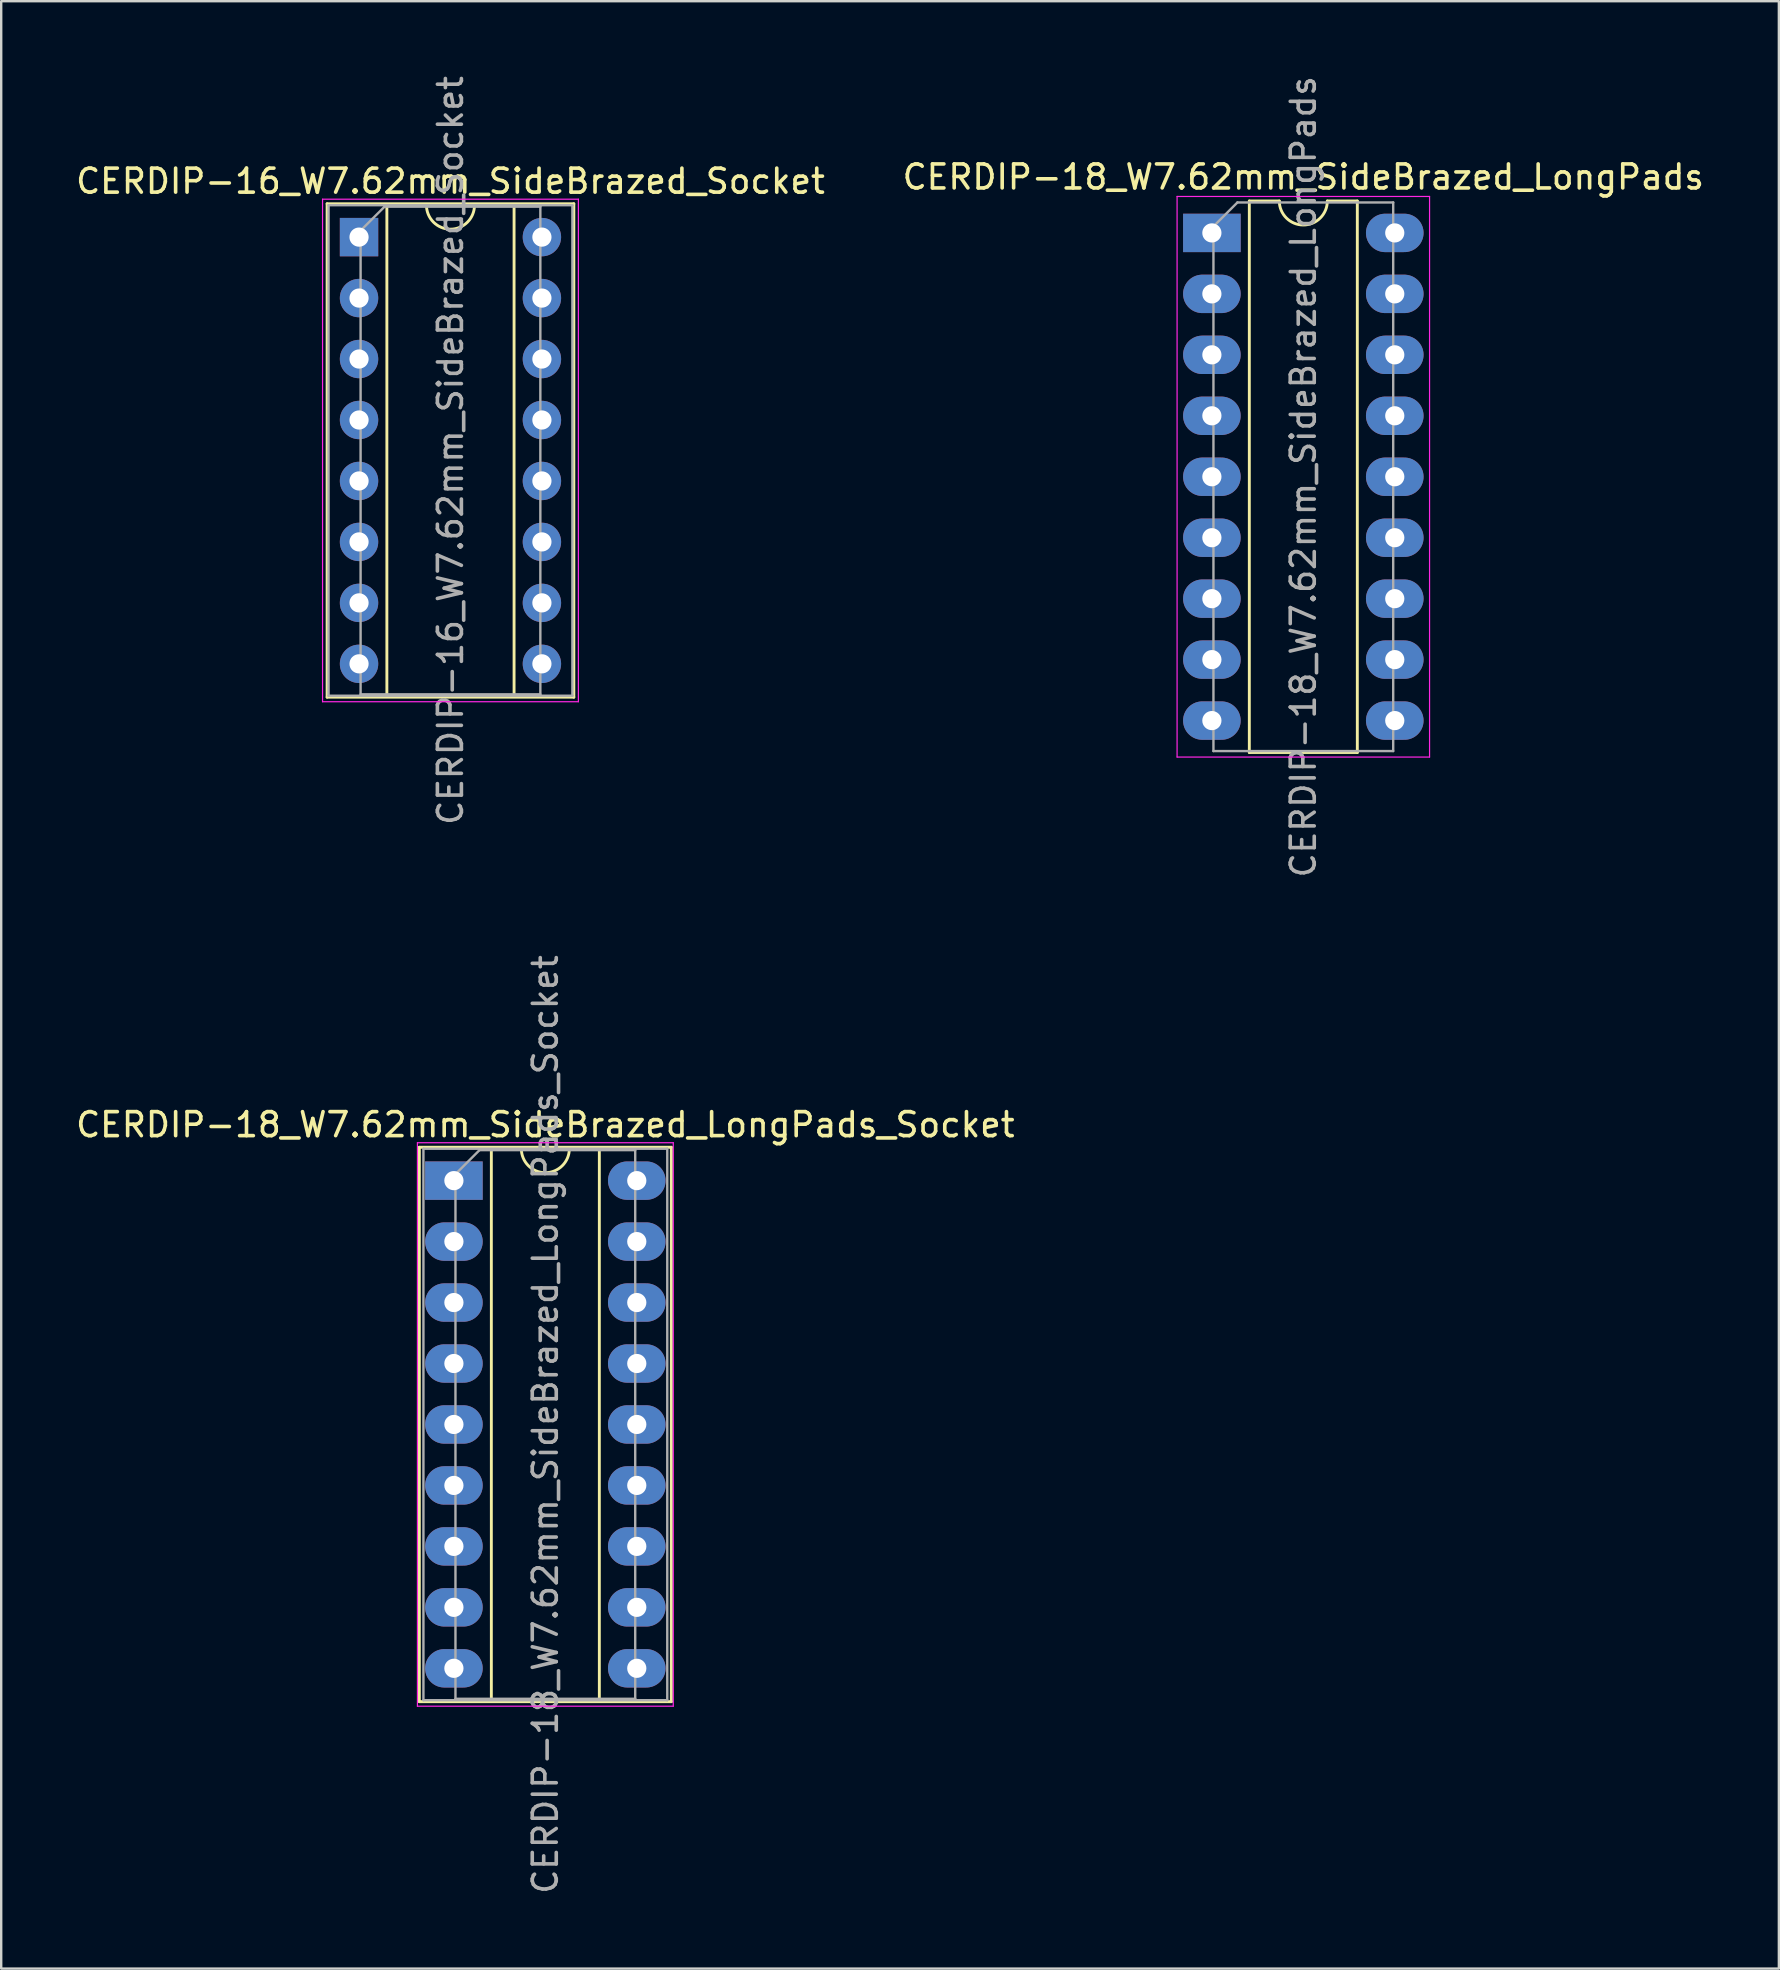
<source format=kicad_pcb>
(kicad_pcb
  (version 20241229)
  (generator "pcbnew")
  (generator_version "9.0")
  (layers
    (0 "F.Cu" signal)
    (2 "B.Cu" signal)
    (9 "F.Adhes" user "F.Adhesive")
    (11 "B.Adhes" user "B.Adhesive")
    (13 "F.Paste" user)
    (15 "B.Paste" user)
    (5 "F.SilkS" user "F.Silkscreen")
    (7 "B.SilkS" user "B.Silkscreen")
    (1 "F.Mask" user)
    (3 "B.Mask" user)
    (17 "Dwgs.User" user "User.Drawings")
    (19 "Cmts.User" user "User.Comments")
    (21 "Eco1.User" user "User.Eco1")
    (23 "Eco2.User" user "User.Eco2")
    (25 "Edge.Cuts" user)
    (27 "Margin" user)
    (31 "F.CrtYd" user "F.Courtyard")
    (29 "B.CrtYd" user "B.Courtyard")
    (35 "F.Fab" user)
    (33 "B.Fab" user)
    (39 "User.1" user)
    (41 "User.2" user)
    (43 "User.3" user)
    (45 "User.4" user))
  (footprint "CERDIP-18_W7.62mm_SideBrazed_LongPads"
    (layer "F.Cu")
    (at 47.446 6.655)
    (property "Reference" "CERDIP-18_W7.62mm_SideBrazed_LongPads" (at 3.81 -2.33 0) (layer "F.SilkS") (effects (font (size 1 1) (thickness 0.15))))
    (attr through_hole)
    (fp_line (start 1.56 -1.33) (end 1.56 21.65) (stroke (width 0.12) (type solid)) (layer "F.SilkS"))
    (fp_line (start 1.56 21.65) (end 6.06 21.65) (stroke (width 0.12) (type solid)) (layer "F.SilkS"))
    (fp_line (start 2.81 -1.33) (end 1.56 -1.33) (stroke (width 0.12) (type solid)) (layer "F.SilkS"))
    (fp_line (start 6.06 -1.33) (end 4.81 -1.33) (stroke (width 0.12) (type solid)) (layer "F.SilkS"))
    (fp_line (start 6.06 21.65) (end 6.06 -1.33) (stroke (width 0.12) (type solid)) (layer "F.SilkS"))
    (fp_arc (start 4.81 -1.33) (mid 3.81 -0.33) (end 2.81 -1.33) (stroke (width 0.12) (type solid)) (layer "F.SilkS"))
    (fp_line (start -1.45 -1.52) (end -1.45 21.84) (stroke (width 0.05) (type solid)) (layer "F.CrtYd"))
    (fp_line (start -1.45 21.84) (end 9.07 21.84) (stroke (width 0.05) (type solid)) (layer "F.CrtYd"))
    (fp_line (start 9.07 -1.52) (end -1.45 -1.52) (stroke (width 0.05) (type solid)) (layer "F.CrtYd"))
    (fp_line (start 9.07 21.84) (end 9.07 -1.52) (stroke (width 0.05) (type solid)) (layer "F.CrtYd"))
    (fp_line (start 0.065 -0.27) (end 1.065 -1.27) (stroke (width 0.1) (type solid)) (layer "F.Fab"))
    (fp_line (start 0.065 21.59) (end 0.065 -0.27) (stroke (width 0.1) (type solid)) (layer "F.Fab"))
    (fp_line (start 1.065 -1.27) (end 7.555 -1.27) (stroke (width 0.1) (type solid)) (layer "F.Fab"))
    (fp_line (start 7.555 -1.27) (end 7.555 21.59) (stroke (width 0.1) (type solid)) (layer "F.Fab"))
    (fp_line (start 7.555 21.59) (end 0.065 21.59) (stroke (width 0.1) (type solid)) (layer "F.Fab"))
    (fp_text user "${REFERENCE}" (at 3.81 10.16 90) (layer "F.Fab") (effects (font (size 1 1) (thickness 0.15))))
    (pad "1" thru_hole rect (at 0 0) (size 2.4 1.6) (drill 0.8) (layers "*.Cu" "*.Mask"))
    (pad "2" thru_hole oval (at 0 2.54) (size 2.4 1.6) (drill 0.8) (layers "*.Cu" "*.Mask"))
    (pad "3" thru_hole oval (at 0 5.08) (size 2.4 1.6) (drill 0.8) (layers "*.Cu" "*.Mask"))
    (pad "4" thru_hole oval (at 0 7.62) (size 2.4 1.6) (drill 0.8) (layers "*.Cu" "*.Mask"))
    (pad "5" thru_hole oval (at 0 10.16) (size 2.4 1.6) (drill 0.8) (layers "*.Cu" "*.Mask"))
    (pad "6" thru_hole oval (at 0 12.7) (size 2.4 1.6) (drill 0.8) (layers "*.Cu" "*.Mask"))
    (pad "7" thru_hole oval (at 0 15.24) (size 2.4 1.6) (drill 0.8) (layers "*.Cu" "*.Mask"))
    (pad "8" thru_hole oval (at 0 17.78) (size 2.4 1.6) (drill 0.8) (layers "*.Cu" "*.Mask"))
    (pad "9" thru_hole oval (at 0 20.32) (size 2.4 1.6) (drill 0.8) (layers "*.Cu" "*.Mask"))
    (pad "10" thru_hole oval (at 7.62 20.32) (size 2.4 1.6) (drill 0.8) (layers "*.Cu" "*.Mask"))
    (pad "11" thru_hole oval (at 7.62 17.78) (size 2.4 1.6) (drill 0.8) (layers "*.Cu" "*.Mask"))
    (pad "12" thru_hole oval (at 7.62 15.24) (size 2.4 1.6) (drill 0.8) (layers "*.Cu" "*.Mask"))
    (pad "13" thru_hole oval (at 7.62 12.7) (size 2.4 1.6) (drill 0.8) (layers "*.Cu" "*.Mask"))
    (pad "14" thru_hole oval (at 7.62 10.16) (size 2.4 1.6) (drill 0.8) (layers "*.Cu" "*.Mask"))
    (pad "15" thru_hole oval (at 7.62 7.62) (size 2.4 1.6) (drill 0.8) (layers "*.Cu" "*.Mask"))
    (pad "16" thru_hole oval (at 7.62 5.08) (size 2.4 1.6) (drill 0.8) (layers "*.Cu" "*.Mask"))
    (pad "17" thru_hole oval (at 7.62 2.54) (size 2.4 1.6) (drill 0.8) (layers "*.Cu" "*.Mask"))
    (pad "18" thru_hole oval (at 7.62 0) (size 2.4 1.6) (drill 0.8) (layers "*.Cu" "*.Mask")))
  (footprint "CERDIP-18_W7.62mm_SideBrazed_LongPads_Socket"
    (layer "F.Cu")
    (at 15.863 46.144)
    (property "Reference" "CERDIP-18_W7.62mm_SideBrazed_LongPads_Socket" (at 3.81 -2.33 0) (layer "F.SilkS") (effects (font (size 1 1) (thickness 0.15))))
    (attr through_hole)
    (fp_line (start -1.44 -1.39) (end -1.44 21.71) (stroke (width 0.12) (type solid)) (layer "F.SilkS"))
    (fp_line (start -1.44 21.71) (end 9.06 21.71) (stroke (width 0.12) (type solid)) (layer "F.SilkS"))
    (fp_line (start 1.56 -1.33) (end 1.56 21.65) (stroke (width 0.12) (type solid)) (layer "F.SilkS"))
    (fp_line (start 1.56 21.65) (end 6.06 21.65) (stroke (width 0.12) (type solid)) (layer "F.SilkS"))
    (fp_line (start 2.81 -1.33) (end 1.56 -1.33) (stroke (width 0.12) (type solid)) (layer "F.SilkS"))
    (fp_line (start 6.06 -1.33) (end 4.81 -1.33) (stroke (width 0.12) (type solid)) (layer "F.SilkS"))
    (fp_line (start 6.06 21.65) (end 6.06 -1.33) (stroke (width 0.12) (type solid)) (layer "F.SilkS"))
    (fp_line (start 9.06 -1.39) (end -1.44 -1.39) (stroke (width 0.12) (type solid)) (layer "F.SilkS"))
    (fp_line (start 9.06 21.71) (end 9.06 -1.39) (stroke (width 0.12) (type solid)) (layer "F.SilkS"))
    (fp_arc (start 4.81 -1.33) (mid 3.81 -0.33) (end 2.81 -1.33) (stroke (width 0.12) (type solid)) (layer "F.SilkS"))
    (fp_line (start -1.52 -1.58) (end -1.52 21.9) (stroke (width 0.05) (type solid)) (layer "F.CrtYd"))
    (fp_line (start -1.52 21.9) (end 9.14 21.9) (stroke (width 0.05) (type solid)) (layer "F.CrtYd"))
    (fp_line (start 9.14 -1.58) (end -1.52 -1.58) (stroke (width 0.05) (type solid)) (layer "F.CrtYd"))
    (fp_line (start 9.14 21.9) (end 9.14 -1.58) (stroke (width 0.05) (type solid)) (layer "F.CrtYd"))
    (fp_line (start -1.27 -1.33) (end -1.27 21.65) (stroke (width 0.1) (type solid)) (layer "F.Fab"))
    (fp_line (start -1.27 21.65) (end 8.89 21.65) (stroke (width 0.1) (type solid)) (layer "F.Fab"))
    (fp_line (start 0.065 -0.27) (end 1.065 -1.27) (stroke (width 0.1) (type solid)) (layer "F.Fab"))
    (fp_line (start 0.065 21.59) (end 0.065 -0.27) (stroke (width 0.1) (type solid)) (layer "F.Fab"))
    (fp_line (start 1.065 -1.27) (end 7.555 -1.27) (stroke (width 0.1) (type solid)) (layer "F.Fab"))
    (fp_line (start 7.555 -1.27) (end 7.555 21.59) (stroke (width 0.1) (type solid)) (layer "F.Fab"))
    (fp_line (start 7.555 21.59) (end 0.065 21.59) (stroke (width 0.1) (type solid)) (layer "F.Fab"))
    (fp_line (start 8.89 -1.33) (end -1.27 -1.33) (stroke (width 0.1) (type solid)) (layer "F.Fab"))
    (fp_line (start 8.89 21.65) (end 8.89 -1.33) (stroke (width 0.1) (type solid)) (layer "F.Fab"))
    (fp_text user "${REFERENCE}" (at 3.81 10.16 90) (layer "F.Fab") (effects (font (size 1 1) (thickness 0.15))))
    (pad "1" thru_hole rect (at 0 0) (size 2.4 1.6) (drill 0.8) (layers "*.Cu" "*.Mask"))
    (pad "2" thru_hole oval (at 0 2.54) (size 2.4 1.6) (drill 0.8) (layers "*.Cu" "*.Mask"))
    (pad "3" thru_hole oval (at 0 5.08) (size 2.4 1.6) (drill 0.8) (layers "*.Cu" "*.Mask"))
    (pad "4" thru_hole oval (at 0 7.62) (size 2.4 1.6) (drill 0.8) (layers "*.Cu" "*.Mask"))
    (pad "5" thru_hole oval (at 0 10.16) (size 2.4 1.6) (drill 0.8) (layers "*.Cu" "*.Mask"))
    (pad "6" thru_hole oval (at 0 12.7) (size 2.4 1.6) (drill 0.8) (layers "*.Cu" "*.Mask"))
    (pad "7" thru_hole oval (at 0 15.24) (size 2.4 1.6) (drill 0.8) (layers "*.Cu" "*.Mask"))
    (pad "8" thru_hole oval (at 0 17.78) (size 2.4 1.6) (drill 0.8) (layers "*.Cu" "*.Mask"))
    (pad "9" thru_hole oval (at 0 20.32) (size 2.4 1.6) (drill 0.8) (layers "*.Cu" "*.Mask"))
    (pad "10" thru_hole oval (at 7.62 20.32) (size 2.4 1.6) (drill 0.8) (layers "*.Cu" "*.Mask"))
    (pad "11" thru_hole oval (at 7.62 17.78) (size 2.4 1.6) (drill 0.8) (layers "*.Cu" "*.Mask"))
    (pad "12" thru_hole oval (at 7.62 15.24) (size 2.4 1.6) (drill 0.8) (layers "*.Cu" "*.Mask"))
    (pad "13" thru_hole oval (at 7.62 12.7) (size 2.4 1.6) (drill 0.8) (layers "*.Cu" "*.Mask"))
    (pad "14" thru_hole oval (at 7.62 10.16) (size 2.4 1.6) (drill 0.8) (layers "*.Cu" "*.Mask"))
    (pad "15" thru_hole oval (at 7.62 7.62) (size 2.4 1.6) (drill 0.8) (layers "*.Cu" "*.Mask"))
    (pad "16" thru_hole oval (at 7.62 5.08) (size 2.4 1.6) (drill 0.8) (layers "*.Cu" "*.Mask"))
    (pad "17" thru_hole oval (at 7.62 2.54) (size 2.4 1.6) (drill 0.8) (layers "*.Cu" "*.Mask"))
    (pad "18" thru_hole oval (at 7.62 0) (size 2.4 1.6) (drill 0.8) (layers "*.Cu" "*.Mask")))
  (footprint "CERDIP-16_W7.62mm_SideBrazed_Socket"
    (layer "F.Cu")
    (at 11.91 6.83)
    (property "Reference" "CERDIP-16_W7.62mm_SideBrazed_Socket" (at 3.81 -2.33 0) (layer "F.SilkS") (effects (font (size 1 1) (thickness 0.15))))
    (attr through_hole)
    (fp_line (start -1.33 -1.39) (end -1.33 19.17) (stroke (width 0.12) (type solid)) (layer "F.SilkS"))
    (fp_line (start -1.33 19.17) (end 8.95 19.17) (stroke (width 0.12) (type solid)) (layer "F.SilkS"))
    (fp_line (start 1.16 -1.33) (end 1.16 19.11) (stroke (width 0.12) (type solid)) (layer "F.SilkS"))
    (fp_line (start 1.16 19.11) (end 6.46 19.11) (stroke (width 0.12) (type solid)) (layer "F.SilkS"))
    (fp_line (start 2.81 -1.33) (end 1.16 -1.33) (stroke (width 0.12) (type solid)) (layer "F.SilkS"))
    (fp_line (start 6.46 -1.33) (end 4.81 -1.33) (stroke (width 0.12) (type solid)) (layer "F.SilkS"))
    (fp_line (start 6.46 19.11) (end 6.46 -1.33) (stroke (width 0.12) (type solid)) (layer "F.SilkS"))
    (fp_line (start 8.95 -1.39) (end -1.33 -1.39) (stroke (width 0.12) (type solid)) (layer "F.SilkS"))
    (fp_line (start 8.95 19.17) (end 8.95 -1.39) (stroke (width 0.12) (type solid)) (layer "F.SilkS"))
    (fp_arc (start 4.81 -1.33) (mid 3.81 -0.33) (end 2.81 -1.33) (stroke (width 0.12) (type solid)) (layer "F.SilkS"))
    (fp_line (start -1.52 -1.58) (end -1.52 19.36) (stroke (width 0.05) (type solid)) (layer "F.CrtYd"))
    (fp_line (start -1.52 19.36) (end 9.14 19.36) (stroke (width 0.05) (type solid)) (layer "F.CrtYd"))
    (fp_line (start 9.14 -1.58) (end -1.52 -1.58) (stroke (width 0.05) (type solid)) (layer "F.CrtYd"))
    (fp_line (start 9.14 19.36) (end 9.14 -1.58) (stroke (width 0.05) (type solid)) (layer "F.CrtYd"))
    (fp_line (start -1.27 -1.33) (end -1.27 19.11) (stroke (width 0.1) (type solid)) (layer "F.Fab"))
    (fp_line (start -1.27 19.11) (end 8.89 19.11) (stroke (width 0.1) (type solid)) (layer "F.Fab"))
    (fp_line (start 0.065 -0.27) (end 1.065 -1.27) (stroke (width 0.1) (type solid)) (layer "F.Fab"))
    (fp_line (start 0.065 19.05) (end 0.065 -0.27) (stroke (width 0.1) (type solid)) (layer "F.Fab"))
    (fp_line (start 1.065 -1.27) (end 7.555 -1.27) (stroke (width 0.1) (type solid)) (layer "F.Fab"))
    (fp_line (start 7.555 -1.27) (end 7.555 19.05) (stroke (width 0.1) (type solid)) (layer "F.Fab"))
    (fp_line (start 7.555 19.05) (end 0.065 19.05) (stroke (width 0.1) (type solid)) (layer "F.Fab"))
    (fp_line (start 8.89 -1.33) (end -1.27 -1.33) (stroke (width 0.1) (type solid)) (layer "F.Fab"))
    (fp_line (start 8.89 19.11) (end 8.89 -1.33) (stroke (width 0.1) (type solid)) (layer "F.Fab"))
    (fp_text user "${REFERENCE}" (at 3.81 8.89 90) (layer "F.Fab") (effects (font (size 1 1) (thickness 0.15))))
    (pad "1" thru_hole rect (at 0 0) (size 1.6 1.6) (drill 0.8) (layers "*.Cu" "*.Mask"))
    (pad "2" thru_hole circle (at 0 2.54) (size 1.6 1.6) (drill 0.8) (layers "*.Cu" "*.Mask"))
    (pad "3" thru_hole circle (at 0 5.08) (size 1.6 1.6) (drill 0.8) (layers "*.Cu" "*.Mask"))
    (pad "4" thru_hole circle (at 0 7.62) (size 1.6 1.6) (drill 0.8) (layers "*.Cu" "*.Mask"))
    (pad "5" thru_hole circle (at 0 10.16) (size 1.6 1.6) (drill 0.8) (layers "*.Cu" "*.Mask"))
    (pad "6" thru_hole circle (at 0 12.7) (size 1.6 1.6) (drill 0.8) (layers "*.Cu" "*.Mask"))
    (pad "7" thru_hole circle (at 0 15.24) (size 1.6 1.6) (drill 0.8) (layers "*.Cu" "*.Mask"))
    (pad "8" thru_hole circle (at 0 17.78) (size 1.6 1.6) (drill 0.8) (layers "*.Cu" "*.Mask"))
    (pad "9" thru_hole circle (at 7.62 17.78) (size 1.6 1.6) (drill 0.8) (layers "*.Cu" "*.Mask"))
    (pad "10" thru_hole circle (at 7.62 15.24) (size 1.6 1.6) (drill 0.8) (layers "*.Cu" "*.Mask"))
    (pad "11" thru_hole circle (at 7.62 12.7) (size 1.6 1.6) (drill 0.8) (layers "*.Cu" "*.Mask"))
    (pad "12" thru_hole circle (at 7.62 10.16) (size 1.6 1.6) (drill 0.8) (layers "*.Cu" "*.Mask"))
    (pad "13" thru_hole circle (at 7.62 7.62) (size 1.6 1.6) (drill 0.8) (layers "*.Cu" "*.Mask"))
    (pad "14" thru_hole circle (at 7.62 5.08) (size 1.6 1.6) (drill 0.8) (layers "*.Cu" "*.Mask"))
    (pad "15" thru_hole circle (at 7.62 2.54) (size 1.6 1.6) (drill 0.8) (layers "*.Cu" "*.Mask"))
    (pad "16" thru_hole circle (at 7.62 0) (size 1.6 1.6) (drill 0.8) (layers "*.Cu" "*.Mask")))
  (gr_rect
    (start -3 -3)
    (end 71.071 78.976)
    (stroke (width 0.1) (type default))
    (fill no)
    (layer "Edge.Cuts")))
</source>
